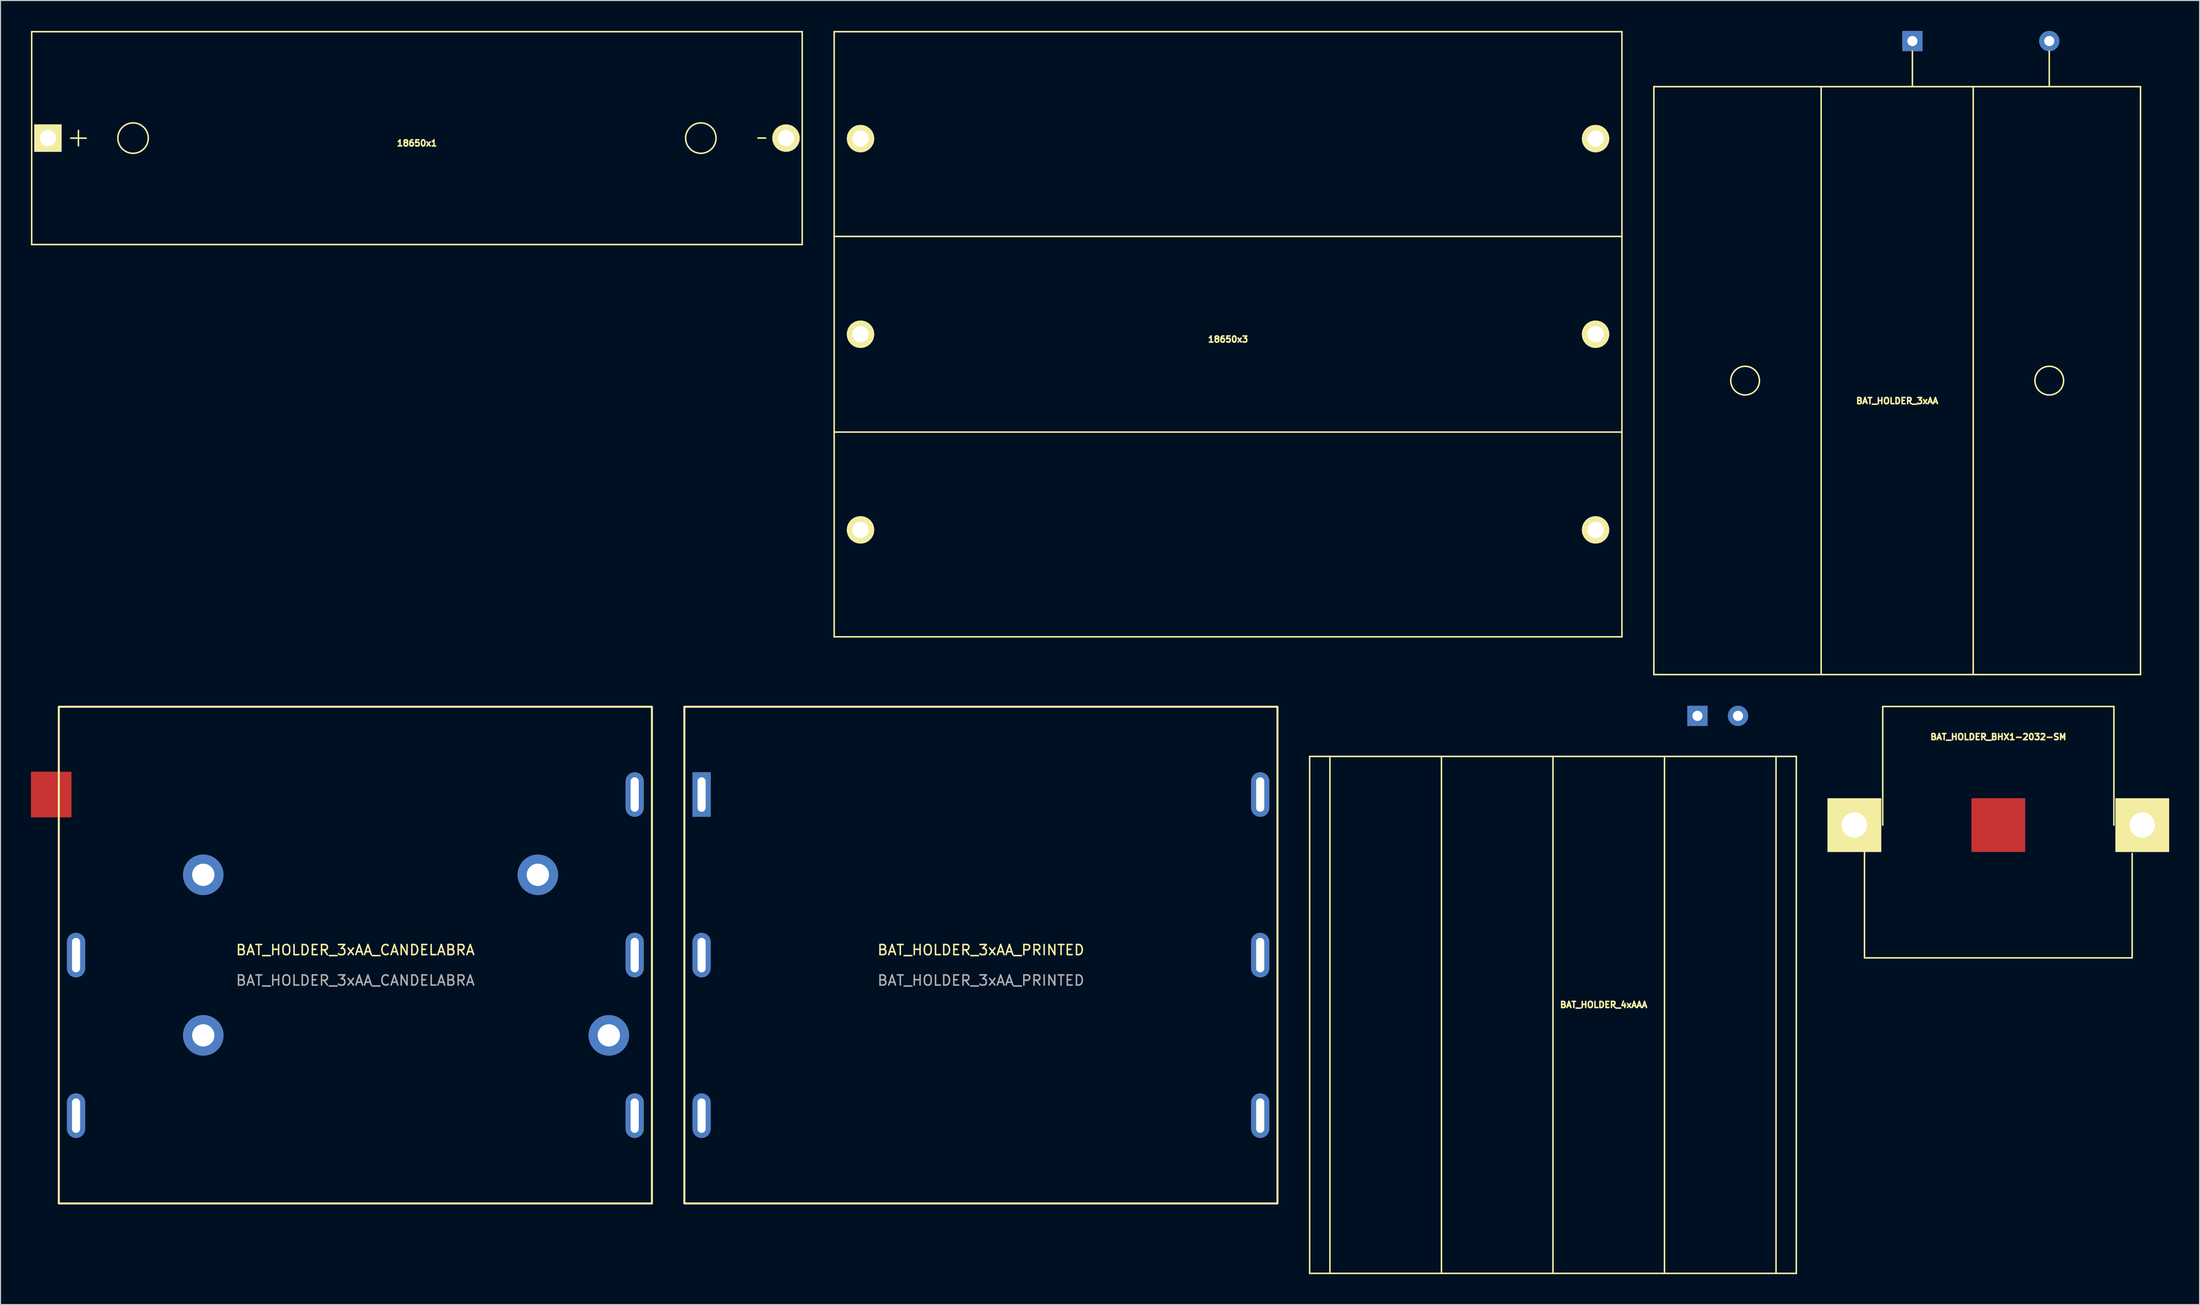
<source format=kicad_pcb>
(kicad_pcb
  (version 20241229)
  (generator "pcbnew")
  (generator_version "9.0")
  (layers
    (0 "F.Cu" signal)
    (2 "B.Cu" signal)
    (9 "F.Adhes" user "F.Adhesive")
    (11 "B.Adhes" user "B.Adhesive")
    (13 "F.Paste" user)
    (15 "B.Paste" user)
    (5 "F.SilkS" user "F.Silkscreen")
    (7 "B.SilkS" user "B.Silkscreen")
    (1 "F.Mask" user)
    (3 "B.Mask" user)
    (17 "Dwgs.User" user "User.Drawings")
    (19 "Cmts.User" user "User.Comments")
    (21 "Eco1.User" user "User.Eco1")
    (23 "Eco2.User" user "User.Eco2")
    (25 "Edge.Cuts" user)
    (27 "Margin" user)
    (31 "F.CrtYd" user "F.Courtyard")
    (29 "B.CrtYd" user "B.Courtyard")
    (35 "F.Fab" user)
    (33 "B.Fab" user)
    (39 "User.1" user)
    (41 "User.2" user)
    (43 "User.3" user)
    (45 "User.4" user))
  (footprint "18650x1"
    (layer "F.Cu")
    (at 38.075 10.575)
    (property "Reference" "18650x1" (at 0 0.5 0) (layer "F.SilkS") (effects (font (size 0.6 0.6) (thickness 0.15))))
    (attr through_hole)
    (fp_line (start -38 -10.5) (end -38 10.5) (stroke (width 0.15) (type solid)) (layer "F.SilkS"))
    (fp_line (start -38 -10.5) (end 38 -10.5) (stroke (width 0.15) (type solid)) (layer "F.SilkS"))
    (fp_line (start -38 10.5) (end 38 10.5) (stroke (width 0.15) (type solid)) (layer "F.SilkS"))
    (fp_line (start 38 -10.5) (end 38 10.5) (stroke (width 0.15) (type solid)) (layer "F.SilkS"))
    (fp_circle (center -28 0) (end -26.5 0) (stroke (width 0.15) (type solid)) (fill no) (layer "F.SilkS"))
    (fp_circle (center 28 0) (end 29.5 0) (stroke (width 0.15) (type solid)) (fill no) (layer "F.SilkS"))
    (fp_text user "-" (at 34.01 -0.08 0) (layer "F.SilkS") (effects (font (size 1 1) (thickness 0.15))))
    (fp_text user "+" (at -33.39 -0.15 0) (layer "F.SilkS") (effects (font (size 2 2) (thickness 0.15))))
    (pad "A" thru_hole rect (at -36.4 0) (size 2.7 2.7) (drill 1.6) (layers "*.Cu" "*.Mask" "F.SilkS"))
    (pad "C" thru_hole circle (at 36.4 0) (size 2.7 2.7) (drill 1.6) (layers "*.Cu" "*.Mask" "F.SilkS")))
  (footprint "BAT_HOLDER_4xAAA"
    (layer "F.Cu")
    (at 150.125 97.075)
    (property "Reference" "BAT_HOLDER_4xAAA" (at 5 -1 0) (layer "F.SilkS") (effects (font (size 0.6 0.6) (thickness 0.15))))
    (attr through_hole)
    (fp_line (start -24 -25.5) (end 24 -25.5) (stroke (width 0.15) (type solid)) (layer "F.SilkS"))
    (fp_line (start -24 25.5) (end -24 -25.5) (stroke (width 0.15) (type solid)) (layer "F.SilkS"))
    (fp_line (start -22 -25.5) (end -22 25.5) (stroke (width 0.15) (type solid)) (layer "F.SilkS"))
    (fp_line (start -11 25.5) (end -11 -25.5) (stroke (width 0.15) (type solid)) (layer "F.SilkS"))
    (fp_line (start 0 -25.5) (end 0 25.5) (stroke (width 0.15) (type solid)) (layer "F.SilkS"))
    (fp_line (start 11 25.5) (end 11 -25.5) (stroke (width 0.15) (type solid)) (layer "F.SilkS"))
    (fp_line (start 22 -25.5) (end 22 25.5) (stroke (width 0.15) (type solid)) (layer "F.SilkS"))
    (fp_line (start 24 -25.5) (end 24 25.5) (stroke (width 0.15) (type solid)) (layer "F.SilkS"))
    (fp_line (start 24 25.5) (end -24 25.5) (stroke (width 0.15) (type solid)) (layer "F.SilkS"))
    (pad "A" thru_hole circle (at 18.25 -29.5) (size 2 2) (drill 1) (layers "*.Cu" "*.Mask"))
    (pad "C" thru_hole rect (at 14.25 -29.5) (size 2 2) (drill 1) (layers "*.Cu" "*.Mask")))
  (footprint "BAT_HOLDER_3xAA_CANDELABRA"
    (layer "F.Cu")
    (at 32 91.175)
    (property "Reference" "BAT_HOLDER_3xAA_CANDELABRA" (at 0 -0.5 0) (unlocked yes) (layer "F.SilkS") (effects (font (size 1 1) (thickness 0.15))))
    (attr through_hole)
    (fp_rect (start -29.25 -24.5) (end 29.25 24.5) (stroke (width 0.2) (type default)) (fill no) (layer "F.SilkS"))
    (fp_text user "${REFERENCE}" (at 0 2.5 0) (unlocked yes) (layer "F.Fab") (effects (font (size 1 1) (thickness 0.15))))
    (pad "1" smd rect (at -30 -15.84) (size 4 4.5) (layers "F.Cu" "F.Mask" "F.Paste"))
    (pad "2" thru_hole oval (at -27.55 0) (size 1.8 4.4) (drill oval 0.8 3.4) (layers "*.Cu" "*.Mask"))
    (pad "3" thru_hole oval (at -27.55 15.84) (size 1.8 4.4) (drill oval 0.8 3.4) (layers "*.Cu" "*.Mask"))
    (pad "4" thru_hole oval (at 27.55 15.84) (size 1.8 4.4) (drill oval 0.8 3.4) (layers "*.Cu" "*.Mask"))
    (pad "5" thru_hole oval (at 27.55 0) (size 1.8 4.4) (drill oval 0.8 3.4) (layers "*.Cu" "*.Mask"))
    (pad "6" thru_hole oval (at 27.55 -15.84) (size 1.8 4.4) (drill oval 0.8 3.4) (layers "*.Cu" "*.Mask"))
    (pad "H1" thru_hole circle (at -15 -7.92 180) (size 4 4) (drill 2.2) (layers "*.Cu" "*.Mask"))
    (pad "H2" thru_hole circle (at -15 7.92 180) (size 4 4) (drill 2.2) (layers "*.Cu" "*.Mask"))
    (pad "H3" thru_hole circle (at 25 7.92 180) (size 4 4) (drill 2.2) (layers "*.Cu" "*.Mask"))
    (pad "H4" thru_hole circle (at 18 -7.92 180) (size 4 4) (drill 2.2) (layers "*.Cu" "*.Mask")))
  (footprint "BAT_HOLDER_3xAA"
    (layer "F.Cu")
    (at 184.075 34.5)
    (property "Reference" "BAT_HOLDER_3xAA" (at 0 2 0) (layer "F.SilkS") (effects (font (size 0.6 0.6) (thickness 0.15))))
    (attr through_hole)
    (fp_line (start -24 -29) (end 24 -29) (stroke (width 0.15) (type solid)) (layer "F.SilkS"))
    (fp_line (start -24 29) (end -24 -29) (stroke (width 0.15) (type solid)) (layer "F.SilkS"))
    (fp_line (start -7.5 29) (end -7.5 -29) (stroke (width 0.15) (type solid)) (layer "F.SilkS"))
    (fp_line (start 1.5 -29) (end 1.5 -32.5) (stroke (width 0.15) (type solid)) (layer "F.SilkS"))
    (fp_line (start 7.5 -29) (end 7.5 29) (stroke (width 0.15) (type solid)) (layer "F.SilkS"))
    (fp_line (start 15 -29) (end 15 -32.5) (stroke (width 0.15) (type solid)) (layer "F.SilkS"))
    (fp_line (start 24 -29) (end 24 29) (stroke (width 0.15) (type solid)) (layer "F.SilkS"))
    (fp_line (start 24 29) (end -24 29) (stroke (width 0.15) (type solid)) (layer "F.SilkS"))
    (fp_circle (center -15 0) (end -14 -1) (stroke (width 0.15) (type solid)) (fill no) (layer "F.SilkS"))
    (fp_circle (center 15 0) (end 16 -1) (stroke (width 0.15) (type solid)) (fill no) (layer "F.SilkS"))
    (pad "A" thru_hole circle (at 15 -33.5) (size 2 2) (drill 1) (layers "*.Cu" "*.Mask"))
    (pad "C" thru_hole rect (at 1.5 -33.5) (size 2 2) (drill 1) (layers "*.Cu" "*.Mask")))
  (footprint "BAT_HOLDER_BHX1-2032-SM"
    (layer "F.Cu")
    (at 194.05 78.35)
    (property "Reference" "BAT_HOLDER_BHX1-2032-SM" (at 0 -8.7 0) (layer "F.SilkS") (effects (font (size 0.6 0.6) (thickness 0.15))))
    (attr through_hole)
    (fp_line (start -13.2 2.7) (end -13.2 13.1) (stroke (width 0.15) (type solid)) (layer "F.SilkS"))
    (fp_line (start -13.2 13.1) (end 13.2 13.1) (stroke (width 0.15) (type solid)) (layer "F.SilkS"))
    (fp_line (start -11.4 -11.7) (end 11.4 -11.7) (stroke (width 0.15) (type solid)) (layer "F.SilkS"))
    (fp_line (start -11.4 0) (end -11.4 -11.7) (stroke (width 0.15) (type solid)) (layer "F.SilkS"))
    (fp_line (start 11.4 -11.7) (end 11.4 0) (stroke (width 0.15) (type solid)) (layer "F.SilkS"))
    (fp_line (start 13.2 13.1) (end 13.2 2.8) (stroke (width 0.15) (type solid)) (layer "F.SilkS"))
    (pad "A" thru_hole rect (at -14.2 0) (size 5.3 5.3) (drill 2.5) (layers "*.Cu" "*.Mask" "F.SilkS"))
    (pad "A" thru_hole rect (at 14.2 0) (size 5.3 5.3) (drill 2.5) (layers "*.Cu" "*.Mask" "F.SilkS"))
    (pad "C" smd rect (at 0 0) (size 5.3 5.3) (layers "F.Cu" "F.Mask" "F.Paste")))
  (footprint "BAT_HOLDER_3xAA_PRINTED"
    (layer "F.Cu")
    (at 93.7 91.175)
    (property "Reference" "BAT_HOLDER_3xAA_PRINTED" (at 0 -0.5 0) (unlocked yes) (layer "F.SilkS") (effects (font (size 1 1) (thickness 0.15))))
    (attr through_hole)
    (fp_rect (start -29.25 -24.5) (end 29.25 24.5) (stroke (width 0.2) (type default)) (fill no) (layer "F.SilkS"))
    (fp_text user "${REFERENCE}" (at 0 2.5 0) (unlocked yes) (layer "F.Fab") (effects (font (size 1 1) (thickness 0.15))))
    (pad "1" thru_hole rect (at -27.55 -15.84) (size 1.8 4.4) (drill oval 0.8 3.4) (layers "*.Cu" "*.Mask"))
    (pad "2" thru_hole oval (at -27.55 0) (size 1.8 4.4) (drill oval 0.8 3.4) (layers "*.Cu" "*.Mask"))
    (pad "3" thru_hole oval (at -27.55 15.84) (size 1.8 4.4) (drill oval 0.8 3.4) (layers "*.Cu" "*.Mask"))
    (pad "4" thru_hole oval (at 27.55 15.84) (size 1.8 4.4) (drill oval 0.8 3.4) (layers "*.Cu" "*.Mask"))
    (pad "5" thru_hole oval (at 27.55 0) (size 1.8 4.4) (drill oval 0.8 3.4) (layers "*.Cu" "*.Mask"))
    (pad "6" thru_hole oval (at 27.55 -15.84) (size 1.8 4.4) (drill oval 0.8 3.4) (layers "*.Cu" "*.Mask")))
  (footprint "18650x3"
    (layer "F.Cu")
    (at 118.075 29.925)
    (property "Reference" "18650x3" (at 0 0.5 0) (layer "F.SilkS") (effects (font (size 0.6 0.6) (thickness 0.15))))
    (attr through_hole)
    (fp_line (start -38.85 -29.85) (end 38.85 -29.85) (stroke (width 0.15) (type solid)) (layer "F.SilkS"))
    (fp_line (start -38.85 -9.65) (end 38.85 -9.65) (stroke (width 0.15) (type solid)) (layer "F.SilkS"))
    (fp_line (start -38.85 9.65) (end 38.85 9.65) (stroke (width 0.15) (type solid)) (layer "F.SilkS"))
    (fp_line (start -38.85 29.85) (end -38.85 -29.85) (stroke (width 0.15) (type solid)) (layer "F.SilkS"))
    (fp_line (start 38.85 -29.85) (end 38.85 29.85) (stroke (width 0.15) (type solid)) (layer "F.SilkS"))
    (fp_line (start 38.85 29.85) (end -38.85 29.85) (stroke (width 0.15) (type solid)) (layer "F.SilkS"))
    (pad "1" thru_hole circle (at -36.25 -19.3) (size 2.7 2.7) (drill 1.6) (layers "*.Cu" "*.Mask" "F.SilkS"))
    (pad "2" thru_hole circle (at -36.25 0) (size 2.7 2.7) (drill 1.6) (layers "*.Cu" "*.Mask" "F.SilkS"))
    (pad "3" thru_hole circle (at -36.25 19.3) (size 2.7 2.7) (drill 1.6) (layers "*.Cu" "*.Mask" "F.SilkS"))
    (pad "4" thru_hole circle (at 36.25 19.3) (size 2.7 2.7) (drill 1.6) (layers "*.Cu" "*.Mask" "F.SilkS"))
    (pad "5" thru_hole circle (at 36.25 0) (size 2.7 2.7) (drill 1.6) (layers "*.Cu" "*.Mask" "F.SilkS"))
    (pad "6" thru_hole circle (at 36.25 -19.3) (size 2.7 2.7) (drill 1.6) (layers "*.Cu" "*.Mask" "F.SilkS")))
  (gr_rect
    (start -3 -3)
    (end 213.9 125.65)
    (stroke (width 0.1) (type default))
    (fill no)
    (layer "Edge.Cuts")))
</source>
